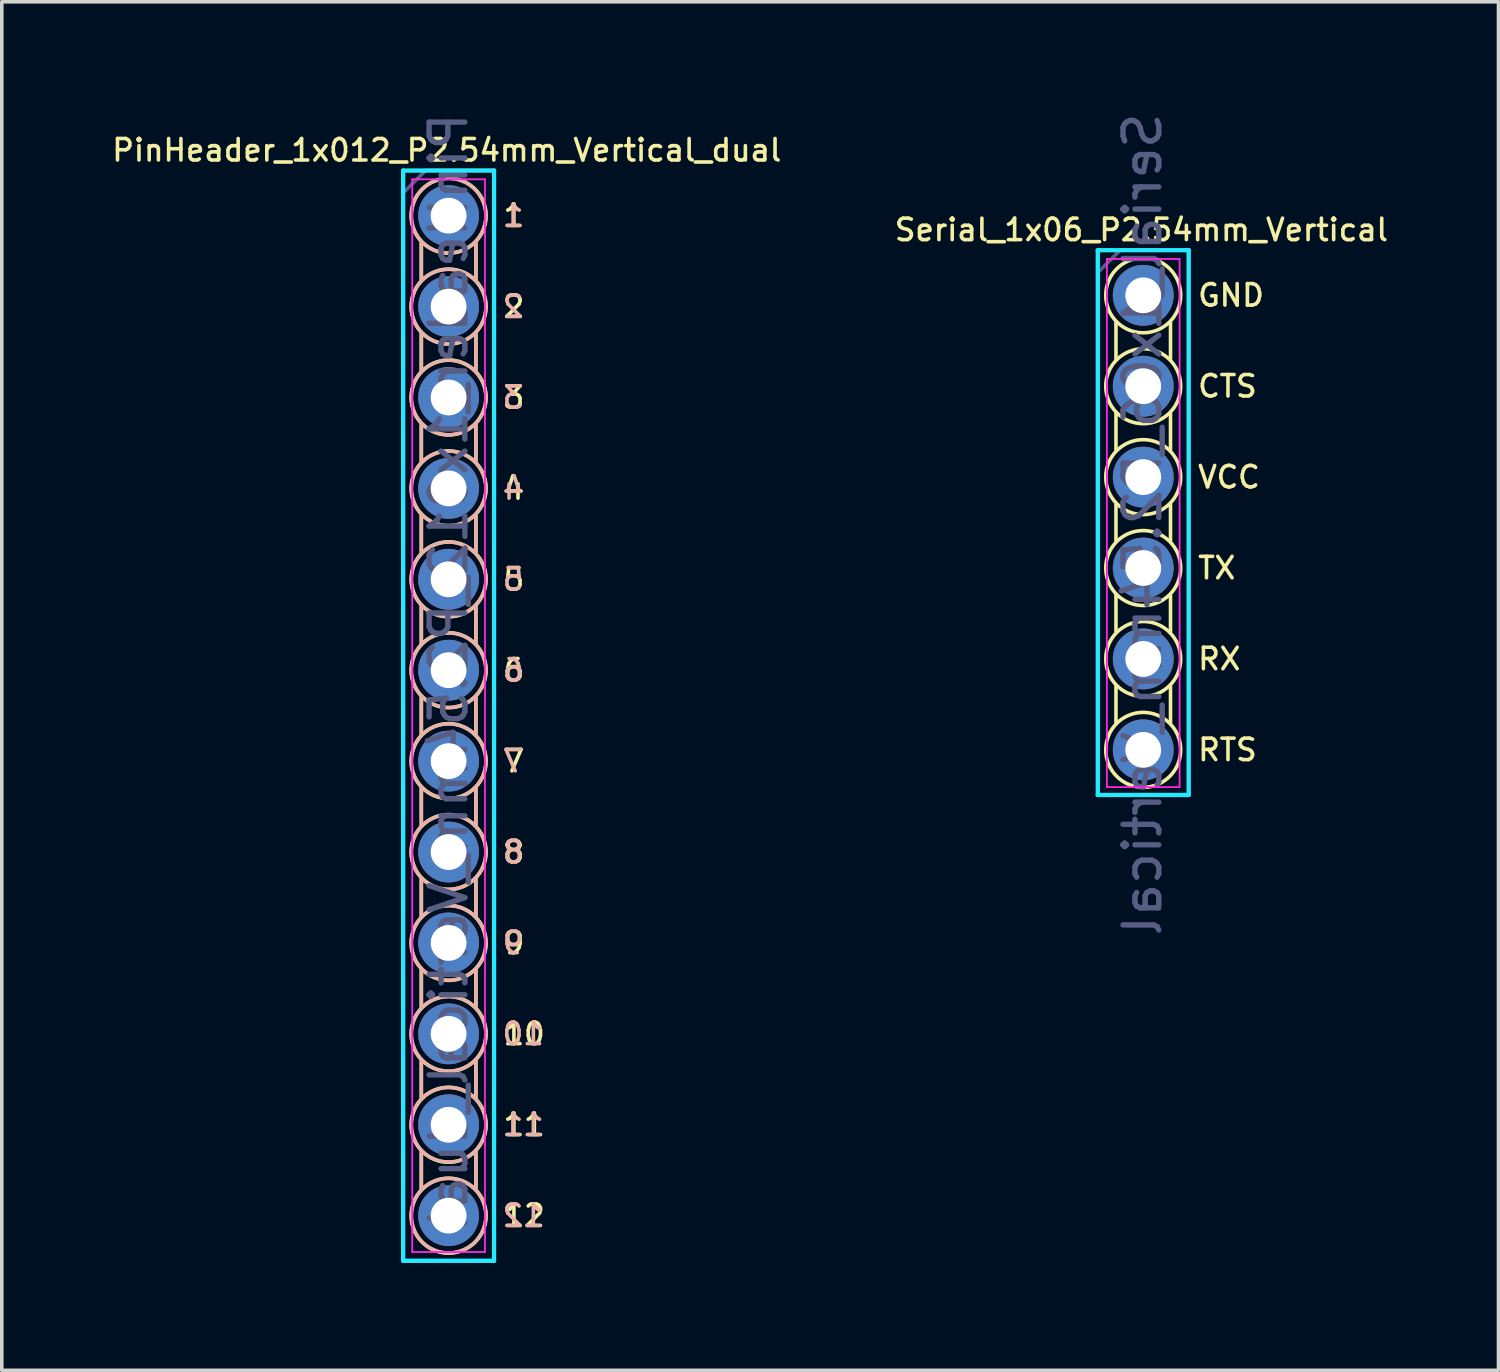
<source format=kicad_pcb>
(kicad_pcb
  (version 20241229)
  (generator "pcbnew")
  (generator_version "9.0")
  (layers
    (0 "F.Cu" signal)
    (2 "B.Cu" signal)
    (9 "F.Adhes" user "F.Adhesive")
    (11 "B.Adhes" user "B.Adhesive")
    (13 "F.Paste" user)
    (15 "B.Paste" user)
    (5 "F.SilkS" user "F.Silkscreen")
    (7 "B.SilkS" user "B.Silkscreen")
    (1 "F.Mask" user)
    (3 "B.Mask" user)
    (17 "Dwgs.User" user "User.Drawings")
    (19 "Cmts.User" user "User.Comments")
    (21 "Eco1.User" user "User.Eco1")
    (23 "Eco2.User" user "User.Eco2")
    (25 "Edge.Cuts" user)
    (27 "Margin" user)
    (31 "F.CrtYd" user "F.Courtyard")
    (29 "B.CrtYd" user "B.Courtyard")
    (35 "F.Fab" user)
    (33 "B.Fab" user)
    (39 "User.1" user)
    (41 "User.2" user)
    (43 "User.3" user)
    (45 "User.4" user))
  (footprint "PinHeader_1x012_P2.54mm_Vertical_dual"
    (layer "F.Cu")
    (at 9.484 2.976)
    (property "Reference" "PinHeader_1x012_P2.54mm_Vertical_dual" (at -0.051 -1.829 0) (layer "F.SilkS") (effects (font (size 0.6 0.6) (thickness 0.1))))
    (attr through_hole)
    (fp_line (start -0.762 0.762) (end -0.762 1.778) (stroke (width 0.1) (type solid)) (layer "F.SilkS"))
    (fp_line (start -0.762 3.302) (end -0.762 4.318) (stroke (width 0.1) (type solid)) (layer "F.SilkS"))
    (fp_line (start -0.762 5.842) (end -0.762 6.858) (stroke (width 0.1) (type solid)) (layer "F.SilkS"))
    (fp_line (start -0.762 8.382) (end -0.762 9.398) (stroke (width 0.1) (type solid)) (layer "F.SilkS"))
    (fp_line (start -0.762 10.922) (end -0.762 11.938) (stroke (width 0.1) (type solid)) (layer "F.SilkS"))
    (fp_line (start -0.762 13.462) (end -0.762 14.478) (stroke (width 0.1) (type solid)) (layer "F.SilkS"))
    (fp_line (start -0.762 16.002) (end -0.762 17.018) (stroke (width 0.1) (type solid)) (layer "F.SilkS"))
    (fp_line (start -0.762 18.542) (end -0.762 19.558) (stroke (width 0.1) (type solid)) (layer "F.SilkS"))
    (fp_line (start -0.762 21.082) (end -0.762 22.098) (stroke (width 0.1) (type solid)) (layer "F.SilkS"))
    (fp_line (start -0.762 23.622) (end -0.762 24.638) (stroke (width 0.1) (type solid)) (layer "F.SilkS"))
    (fp_line (start -0.762 26.162) (end -0.762 27.178) (stroke (width 0.1) (type solid)) (layer "F.SilkS"))
    (fp_line (start 0.762 0.762) (end 0.762 1.778) (stroke (width 0.1) (type solid)) (layer "F.SilkS"))
    (fp_line (start 0.762 3.302) (end 0.762 4.318) (stroke (width 0.1) (type solid)) (layer "F.SilkS"))
    (fp_line (start 0.762 5.842) (end 0.762 6.858) (stroke (width 0.1) (type solid)) (layer "F.SilkS"))
    (fp_line (start 0.762 8.382) (end 0.762 9.398) (stroke (width 0.1) (type solid)) (layer "F.SilkS"))
    (fp_line (start 0.762 10.922) (end 0.762 11.938) (stroke (width 0.1) (type solid)) (layer "F.SilkS"))
    (fp_line (start 0.762 13.462) (end 0.762 14.478) (stroke (width 0.1) (type solid)) (layer "F.SilkS"))
    (fp_line (start 0.762 16.002) (end 0.762 17.018) (stroke (width 0.1) (type solid)) (layer "F.SilkS"))
    (fp_line (start 0.762 18.542) (end 0.762 19.558) (stroke (width 0.1) (type solid)) (layer "F.SilkS"))
    (fp_line (start 0.762 21.082) (end 0.762 22.098) (stroke (width 0.1) (type solid)) (layer "F.SilkS"))
    (fp_line (start 0.762 23.622) (end 0.762 24.638) (stroke (width 0.1) (type solid)) (layer "F.SilkS"))
    (fp_line (start 0.762 26.162) (end 0.762 27.178) (stroke (width 0.1) (type solid)) (layer "F.SilkS"))
    (fp_circle (center 0 0) (end 0.813 0.66) (stroke (width 0.1) (type solid)) (fill no) (layer "F.SilkS"))
    (fp_circle (center 0 2.54) (end 0.813 3.2) (stroke (width 0.1) (type solid)) (fill no) (layer "F.SilkS"))
    (fp_circle (center 0 5.08) (end 0.813 5.74) (stroke (width 0.1) (type solid)) (fill no) (layer "F.SilkS"))
    (fp_circle (center 0 7.62) (end 0.813 8.28) (stroke (width 0.1) (type solid)) (fill no) (layer "F.SilkS"))
    (fp_circle (center 0 10.16) (end 0.813 10.82) (stroke (width 0.1) (type solid)) (fill no) (layer "F.SilkS"))
    (fp_circle (center 0 12.7) (end 0.813 13.36) (stroke (width 0.1) (type solid)) (fill no) (layer "F.SilkS"))
    (fp_circle (center 0 15.24) (end 0.813 15.9) (stroke (width 0.1) (type solid)) (fill no) (layer "F.SilkS"))
    (fp_circle (center 0 17.78) (end 0.813 18.44) (stroke (width 0.1) (type solid)) (fill no) (layer "F.SilkS"))
    (fp_circle (center 0 20.32) (end 0.813 20.98) (stroke (width 0.1) (type solid)) (fill no) (layer "F.SilkS"))
    (fp_circle (center 0 22.86) (end 0.813 23.52) (stroke (width 0.1) (type solid)) (fill no) (layer "F.SilkS"))
    (fp_circle (center 0 25.4) (end 0.813 26.06) (stroke (width 0.1) (type solid)) (fill no) (layer "F.SilkS"))
    (fp_circle (center 0 27.94) (end 0.813 28.6) (stroke (width 0.1) (type solid)) (fill no) (layer "F.SilkS"))
    (fp_line (start -0.762 0.737) (end -0.762 1.803) (stroke (width 0.1) (type solid)) (layer "B.SilkS"))
    (fp_line (start -0.762 3.277) (end -0.762 4.343) (stroke (width 0.1) (type solid)) (layer "B.SilkS"))
    (fp_line (start -0.762 5.817) (end -0.762 6.883) (stroke (width 0.1) (type solid)) (layer "B.SilkS"))
    (fp_line (start -0.762 8.357) (end -0.762 9.423) (stroke (width 0.1) (type solid)) (layer "B.SilkS"))
    (fp_line (start -0.762 10.897) (end -0.762 11.963) (stroke (width 0.1) (type solid)) (layer "B.SilkS"))
    (fp_line (start -0.762 13.437) (end -0.762 14.503) (stroke (width 0.1) (type solid)) (layer "B.SilkS"))
    (fp_line (start -0.762 15.977) (end -0.762 17.043) (stroke (width 0.1) (type solid)) (layer "B.SilkS"))
    (fp_line (start -0.762 18.517) (end -0.762 19.583) (stroke (width 0.1) (type solid)) (layer "B.SilkS"))
    (fp_line (start -0.762 21.057) (end -0.762 22.123) (stroke (width 0.1) (type solid)) (layer "B.SilkS"))
    (fp_line (start -0.762 23.597) (end -0.762 24.663) (stroke (width 0.1) (type solid)) (layer "B.SilkS"))
    (fp_line (start -0.762 26.137) (end -0.762 27.203) (stroke (width 0.1) (type solid)) (layer "B.SilkS"))
    (fp_line (start 0.762 0.737) (end 0.762 1.803) (stroke (width 0.1) (type solid)) (layer "B.SilkS"))
    (fp_line (start 0.762 3.277) (end 0.762 4.343) (stroke (width 0.1) (type solid)) (layer "B.SilkS"))
    (fp_line (start 0.762 5.817) (end 0.762 6.883) (stroke (width 0.1) (type solid)) (layer "B.SilkS"))
    (fp_line (start 0.762 8.357) (end 0.762 9.423) (stroke (width 0.1) (type solid)) (layer "B.SilkS"))
    (fp_line (start 0.762 10.897) (end 0.762 11.963) (stroke (width 0.1) (type solid)) (layer "B.SilkS"))
    (fp_line (start 0.762 13.437) (end 0.762 14.503) (stroke (width 0.1) (type solid)) (layer "B.SilkS"))
    (fp_line (start 0.762 15.977) (end 0.762 17.043) (stroke (width 0.1) (type solid)) (layer "B.SilkS"))
    (fp_line (start 0.762 18.517) (end 0.762 19.583) (stroke (width 0.1) (type solid)) (layer "B.SilkS"))
    (fp_line (start 0.762 21.057) (end 0.762 22.123) (stroke (width 0.1) (type solid)) (layer "B.SilkS"))
    (fp_line (start 0.762 23.597) (end 0.762 24.663) (stroke (width 0.1) (type solid)) (layer "B.SilkS"))
    (fp_line (start 0.762 26.137) (end 0.762 27.203) (stroke (width 0.1) (type solid)) (layer "B.SilkS"))
    (fp_circle (center 0 0) (end 0.025 -1.041) (stroke (width 0.1) (type solid)) (fill no) (layer "B.SilkS"))
    (fp_circle (center 0 2.54) (end 0.025 1.499) (stroke (width 0.1) (type solid)) (fill no) (layer "B.SilkS"))
    (fp_circle (center 0 5.08) (end 0.025 4.039) (stroke (width 0.1) (type solid)) (fill no) (layer "B.SilkS"))
    (fp_circle (center 0 7.62) (end 0.025 6.579) (stroke (width 0.1) (type solid)) (fill no) (layer "B.SilkS"))
    (fp_circle (center 0 10.16) (end 0.025 9.119) (stroke (width 0.1) (type solid)) (fill no) (layer "B.SilkS"))
    (fp_circle (center 0 12.7) (end 0.025 11.659) (stroke (width 0.1) (type solid)) (fill no) (layer "B.SilkS"))
    (fp_circle (center 0 15.24) (end 0.025 14.199) (stroke (width 0.1) (type solid)) (fill no) (layer "B.SilkS"))
    (fp_circle (center 0 17.78) (end 0.025 16.739) (stroke (width 0.1) (type solid)) (fill no) (layer "B.SilkS"))
    (fp_circle (center 0 20.32) (end 0.025 19.279) (stroke (width 0.1) (type solid)) (fill no) (layer "B.SilkS"))
    (fp_circle (center 0 22.86) (end 0.025 21.819) (stroke (width 0.1) (type solid)) (fill no) (layer "B.SilkS"))
    (fp_circle (center 0 25.4) (end 0.025 24.359) (stroke (width 0.1) (type solid)) (fill no) (layer "B.SilkS"))
    (fp_circle (center 0 27.94) (end 0.025 26.899) (stroke (width 0.1) (type solid)) (fill no) (layer "B.SilkS"))
    (fp_line (start -1.27 -1.26) (end -1.27 29.2) (stroke (width 0.12) (type solid)) (layer "B.CrtYd"))
    (fp_line (start -1.27 29.2) (end 1.27 29.2) (stroke (width 0.12) (type solid)) (layer "B.CrtYd"))
    (fp_line (start 1.27 -1.26) (end -1.27 -1.26) (stroke (width 0.12) (type solid)) (layer "B.CrtYd"))
    (fp_line (start 1.27 29.2) (end 1.27 -1.26) (stroke (width 0.12) (type solid)) (layer "B.CrtYd"))
    (fp_line (start -1.016 -1.016) (end -1.016 28.956) (stroke (width 0.05) (type solid)) (layer "F.CrtYd"))
    (fp_line (start -1.016 28.956) (end 1.016 28.956) (stroke (width 0.05) (type solid)) (layer "F.CrtYd"))
    (fp_line (start 1.016 -1.016) (end -1.016 -1.016) (stroke (width 0.05) (type solid)) (layer "F.CrtYd"))
    (fp_line (start 1.016 28.956) (end 1.016 -1.016) (stroke (width 0.05) (type solid)) (layer "F.CrtYd"))
    (fp_line (start -1.27 -0.635) (end -0.635 -1.27) (stroke (width 0.1) (type solid)) (layer "B.Fab"))
    (fp_line (start -1.27 29.21) (end -1.27 -0.635) (stroke (width 0.1) (type solid)) (layer "B.Fab"))
    (fp_line (start -0.635 -1.27) (end 1.27 -1.27) (stroke (width 0.1) (type solid)) (layer "B.Fab"))
    (fp_line (start 1.27 -1.27) (end 1.27 29.21) (stroke (width 0.1) (type solid)) (layer "B.Fab"))
    (fp_line (start 1.27 29.21) (end -1.27 29.21) (stroke (width 0.1) (type solid)) (layer "B.Fab"))
    (fp_text user "7" (at 1.473 15.24 0) (layer "F.SilkS") (effects (font (size 0.6 0.6) (thickness 0.1)) (justify left)))
    (fp_text user "11" (at 1.473 25.4 0) (layer "F.SilkS") (effects (font (size 0.6 0.6) (thickness 0.1)) (justify left)))
    (fp_text user "3" (at 1.473 5.08 0) (layer "F.SilkS") (effects (font (size 0.6 0.6) (thickness 0.1)) (justify left)))
    (fp_text user "6" (at 1.473 12.7 0) (layer "F.SilkS") (effects (font (size 0.6 0.6) (thickness 0.1)) (justify left)))
    (fp_text user "2" (at 1.473 2.54 0) (layer "F.SilkS") (effects (font (size 0.6 0.6) (thickness 0.1)) (justify left)))
    (fp_text user "12" (at 1.473 27.94 0) (layer "F.SilkS") (effects (font (size 0.6 0.6) (thickness 0.1)) (justify left)))
    (fp_text user "8" (at 1.473 17.78 0) (layer "F.SilkS") (effects (font (size 0.6 0.6) (thickness 0.1)) (justify left)))
    (fp_text user "4" (at 1.473 7.62 0) (layer "F.SilkS") (effects (font (size 0.6 0.6) (thickness 0.1)) (justify left)))
    (fp_text user "5" (at 1.473 10.16 0) (layer "F.SilkS") (effects (font (size 0.6 0.6) (thickness 0.1)) (justify left)))
    (fp_text user "1" (at 1.473 0 0) (layer "F.SilkS") (effects (font (size 0.6 0.6) (thickness 0.1)) (justify left)))
    (fp_text user "10" (at 1.473 22.86 0) (layer "F.SilkS") (effects (font (size 0.6 0.6) (thickness 0.1)) (justify left)))
    (fp_text user "9" (at 1.473 20.32 0) (layer "F.SilkS") (effects (font (size 0.6 0.6) (thickness 0.1)) (justify left)))
    (fp_text user "3" (at 1.803 5.08 0) (layer "B.SilkS") (effects (font (size 0.6 0.6) (thickness 0.1)) (justify mirror)))
    (fp_text user "6" (at 1.803 12.7 0) (layer "B.SilkS") (effects (font (size 0.6 0.6) (thickness 0.1)) (justify mirror)))
    (fp_text user "8" (at 1.803 17.78 0) (layer "B.SilkS") (effects (font (size 0.6 0.6) (thickness 0.1)) (justify mirror)))
    (fp_text user "4" (at 1.803 7.62 0) (layer "B.SilkS") (effects (font (size 0.6 0.6) (thickness 0.1)) (justify mirror)))
    (fp_text user "12" (at 2.083 27.94 0) (layer "B.SilkS") (effects (font (size 0.6 0.6) (thickness 0.1)) (justify mirror)))
    (fp_text user "10" (at 2.083 22.86 0) (layer "B.SilkS") (effects (font (size 0.6 0.6) (thickness 0.1)) (justify mirror)))
    (fp_text user "7" (at 1.803 15.24 0) (layer "B.SilkS") (effects (font (size 0.6 0.6) (thickness 0.1)) (justify mirror)))
    (fp_text user "1" (at 1.803 0 0) (layer "B.SilkS") (effects (font (size 0.6 0.6) (thickness 0.1)) (justify mirror)))
    (fp_text user "5" (at 1.803 10.16 0) (layer "B.SilkS") (effects (font (size 0.6 0.6) (thickness 0.1)) (justify mirror)))
    (fp_text user "11" (at 2.083 25.4 0) (layer "B.SilkS") (effects (font (size 0.6 0.6) (thickness 0.1)) (justify mirror)))
    (fp_text user "2" (at 1.803 2.54 0) (layer "B.SilkS") (effects (font (size 0.6 0.6) (thickness 0.1)) (justify mirror)))
    (fp_text user "9" (at 1.803 20.32 0) (layer "B.SilkS") (effects (font (size 0.6 0.6) (thickness 0.1)) (justify mirror)))
    (fp_text user "${REFERENCE}" (at 0 12.72 90) (layer "B.Fab") (effects (font (size 1 1) (thickness 0.15)) (justify mirror)))
    (pad "1" thru_hole circle (at 0 0) (size 1.7 1.7) (drill 1) (layers "*.Cu" "*.Mask"))
    (pad "2" thru_hole oval (at 0 2.54) (size 1.7 1.7) (drill 1) (layers "*.Cu" "*.Mask"))
    (pad "3" thru_hole oval (at 0 5.08) (size 1.7 1.7) (drill 1) (layers "*.Cu" "*.Mask"))
    (pad "4" thru_hole oval (at 0 7.62) (size 1.7 1.7) (drill 1) (layers "*.Cu" "*.Mask"))
    (pad "5" thru_hole oval (at 0 10.16) (size 1.7 1.7) (drill 1) (layers "*.Cu" "*.Mask"))
    (pad "6" thru_hole oval (at 0 12.7) (size 1.7 1.7) (drill 1) (layers "*.Cu" "*.Mask"))
    (pad "7" thru_hole oval (at 0 15.24) (size 1.7 1.7) (drill 1) (layers "*.Cu" "*.Mask"))
    (pad "8" thru_hole oval (at 0 17.78) (size 1.7 1.7) (drill 1) (layers "*.Cu" "*.Mask"))
    (pad "9" thru_hole oval (at 0 20.32) (size 1.7 1.7) (drill 1) (layers "*.Cu" "*.Mask"))
    (pad "10" thru_hole oval (at 0 22.86) (size 1.7 1.7) (drill 1) (layers "*.Cu" "*.Mask"))
    (pad "11" thru_hole oval (at 0 25.4) (size 1.7 1.7) (drill 1) (layers "*.Cu" "*.Mask"))
    (pad "12" thru_hole oval (at 0 27.94) (size 1.7 1.7) (drill 1) (layers "*.Cu" "*.Mask")))
  (footprint "Serial_1x06_P2.54mm_Vertical"
    (layer "F.Cu")
    (at 28.892 5.201)
    (property "Reference" "Serial_1x06_P2.54mm_Vertical" (at -0.051 -1.829 0) (layer "F.SilkS") (effects (font (size 0.6 0.6) (thickness 0.1))))
    (attr through_hole)
    (fp_line (start -0.762 0.762) (end -0.762 1.778) (stroke (width 0.1) (type solid)) (layer "F.SilkS"))
    (fp_line (start -0.762 3.302) (end -0.762 4.318) (stroke (width 0.1) (type solid)) (layer "F.SilkS"))
    (fp_line (start -0.762 5.842) (end -0.762 6.858) (stroke (width 0.1) (type solid)) (layer "F.SilkS"))
    (fp_line (start -0.762 8.382) (end -0.762 9.398) (stroke (width 0.1) (type solid)) (layer "F.SilkS"))
    (fp_line (start -0.762 10.922) (end -0.762 11.938) (stroke (width 0.1) (type solid)) (layer "F.SilkS"))
    (fp_line (start 0.762 0.762) (end 0.762 1.778) (stroke (width 0.1) (type solid)) (layer "F.SilkS"))
    (fp_line (start 0.762 3.302) (end 0.762 4.318) (stroke (width 0.1) (type solid)) (layer "F.SilkS"))
    (fp_line (start 0.762 5.842) (end 0.762 6.858) (stroke (width 0.1) (type solid)) (layer "F.SilkS"))
    (fp_line (start 0.762 8.382) (end 0.762 9.398) (stroke (width 0.1) (type solid)) (layer "F.SilkS"))
    (fp_line (start 0.762 10.922) (end 0.762 11.938) (stroke (width 0.1) (type solid)) (layer "F.SilkS"))
    (fp_circle (center 0 0) (end 0.813 0.66) (stroke (width 0.1) (type solid)) (fill no) (layer "F.SilkS"))
    (fp_circle (center 0 2.54) (end 0.813 3.2) (stroke (width 0.1) (type solid)) (fill no) (layer "F.SilkS"))
    (fp_circle (center 0 5.08) (end 0.813 5.74) (stroke (width 0.1) (type solid)) (fill no) (layer "F.SilkS"))
    (fp_circle (center 0 7.62) (end 0.813 8.28) (stroke (width 0.1) (type solid)) (fill no) (layer "F.SilkS"))
    (fp_circle (center 0 10.16) (end 0.813 10.82) (stroke (width 0.1) (type solid)) (fill no) (layer "F.SilkS"))
    (fp_circle (center 0 12.7) (end 0.813 13.36) (stroke (width 0.1) (type solid)) (fill no) (layer "F.SilkS"))
    (fp_line (start -1.27 -1.26) (end -1.27 13.96) (stroke (width 0.12) (type solid)) (layer "B.CrtYd"))
    (fp_line (start -1.27 13.96) (end 1.27 13.96) (stroke (width 0.12) (type solid)) (layer "B.CrtYd"))
    (fp_line (start 1.27 -1.26) (end -1.27 -1.26) (stroke (width 0.12) (type solid)) (layer "B.CrtYd"))
    (fp_line (start 1.27 13.96) (end 1.27 -1.26) (stroke (width 0.12) (type solid)) (layer "B.CrtYd"))
    (fp_line (start -1.016 -1.016) (end -1.016 13.74) (stroke (width 0.05) (type solid)) (layer "F.CrtYd"))
    (fp_line (start -1.012 13.74) (end 1.01 13.74) (stroke (width 0.05) (type solid)) (layer "F.CrtYd"))
    (fp_line (start 1.016 -1.016) (end -1.016 -1.016) (stroke (width 0.05) (type solid)) (layer "F.CrtYd"))
    (fp_line (start 1.016 13.74) (end 1.016 -1.016) (stroke (width 0.05) (type solid)) (layer "F.CrtYd"))
    (fp_line (start -1.27 -0.635) (end -0.635 -1.27) (stroke (width 0.1) (type solid)) (layer "B.Fab"))
    (fp_line (start -1.27 13.95) (end -1.27 -0.635) (stroke (width 0.1) (type solid)) (layer "B.Fab"))
    (fp_line (start -0.635 -1.27) (end 1.27 -1.27) (stroke (width 0.1) (type solid)) (layer "B.Fab"))
    (fp_line (start 1.27 -1.27) (end 1.27 13.96) (stroke (width 0.1) (type solid)) (layer "B.Fab"))
    (fp_line (start 1.27 13.96) (end -1.27 13.96) (stroke (width 0.1) (type solid)) (layer "B.Fab"))
    (fp_text user "VCC" (at 1.473 5.08 0) (layer "F.SilkS") (effects (font (size 0.6 0.6) (thickness 0.1)) (justify left)))
    (fp_text user "TX" (at 1.473 7.62 0) (layer "F.SilkS") (effects (font (size 0.6 0.6) (thickness 0.1)) (justify left)))
    (fp_text user "RX" (at 1.473 10.16 0) (layer "F.SilkS") (effects (font (size 0.6 0.6) (thickness 0.1)) (justify left)))
    (fp_text user "CTS" (at 1.473 2.54 0) (layer "F.SilkS") (effects (font (size 0.6 0.6) (thickness 0.1)) (justify left)))
    (fp_text user "RTS" (at 1.473 12.7 0) (layer "F.SilkS") (effects (font (size 0.6 0.6) (thickness 0.1)) (justify left)))
    (fp_text user "GND" (at 1.473 0 0) (layer "F.SilkS") (effects (font (size 0.6 0.6) (thickness 0.1)) (justify left)))
    (fp_text user "${REFERENCE}" (at -0.02 6.4 90) (layer "B.Fab") (effects (font (size 1 1) (thickness 0.15)) (justify mirror)))
    (pad "1" thru_hole circle (at 0 0) (size 1.7 1.7) (drill 1) (layers "*.Cu" "*.Mask"))
    (pad "2" thru_hole oval (at 0 2.54) (size 1.7 1.7) (drill 1) (layers "*.Cu" "*.Mask"))
    (pad "3" thru_hole oval (at 0 5.08) (size 1.7 1.7) (drill 1) (layers "*.Cu" "*.Mask"))
    (pad "4" thru_hole oval (at 0 7.62) (size 1.7 1.7) (drill 1) (layers "*.Cu" "*.Mask"))
    (pad "5" thru_hole oval (at 0 10.16) (size 1.7 1.7) (drill 1) (layers "*.Cu" "*.Mask"))
    (pad "6" thru_hole oval (at 0 12.7) (size 1.7 1.7) (drill 1) (layers "*.Cu" "*.Mask")))
  (gr_rect
    (start -3 -3)
    (end 38.817 35.236)
    (stroke (width 0.1) (type default))
    (fill no)
    (layer "Edge.Cuts")))
</source>
